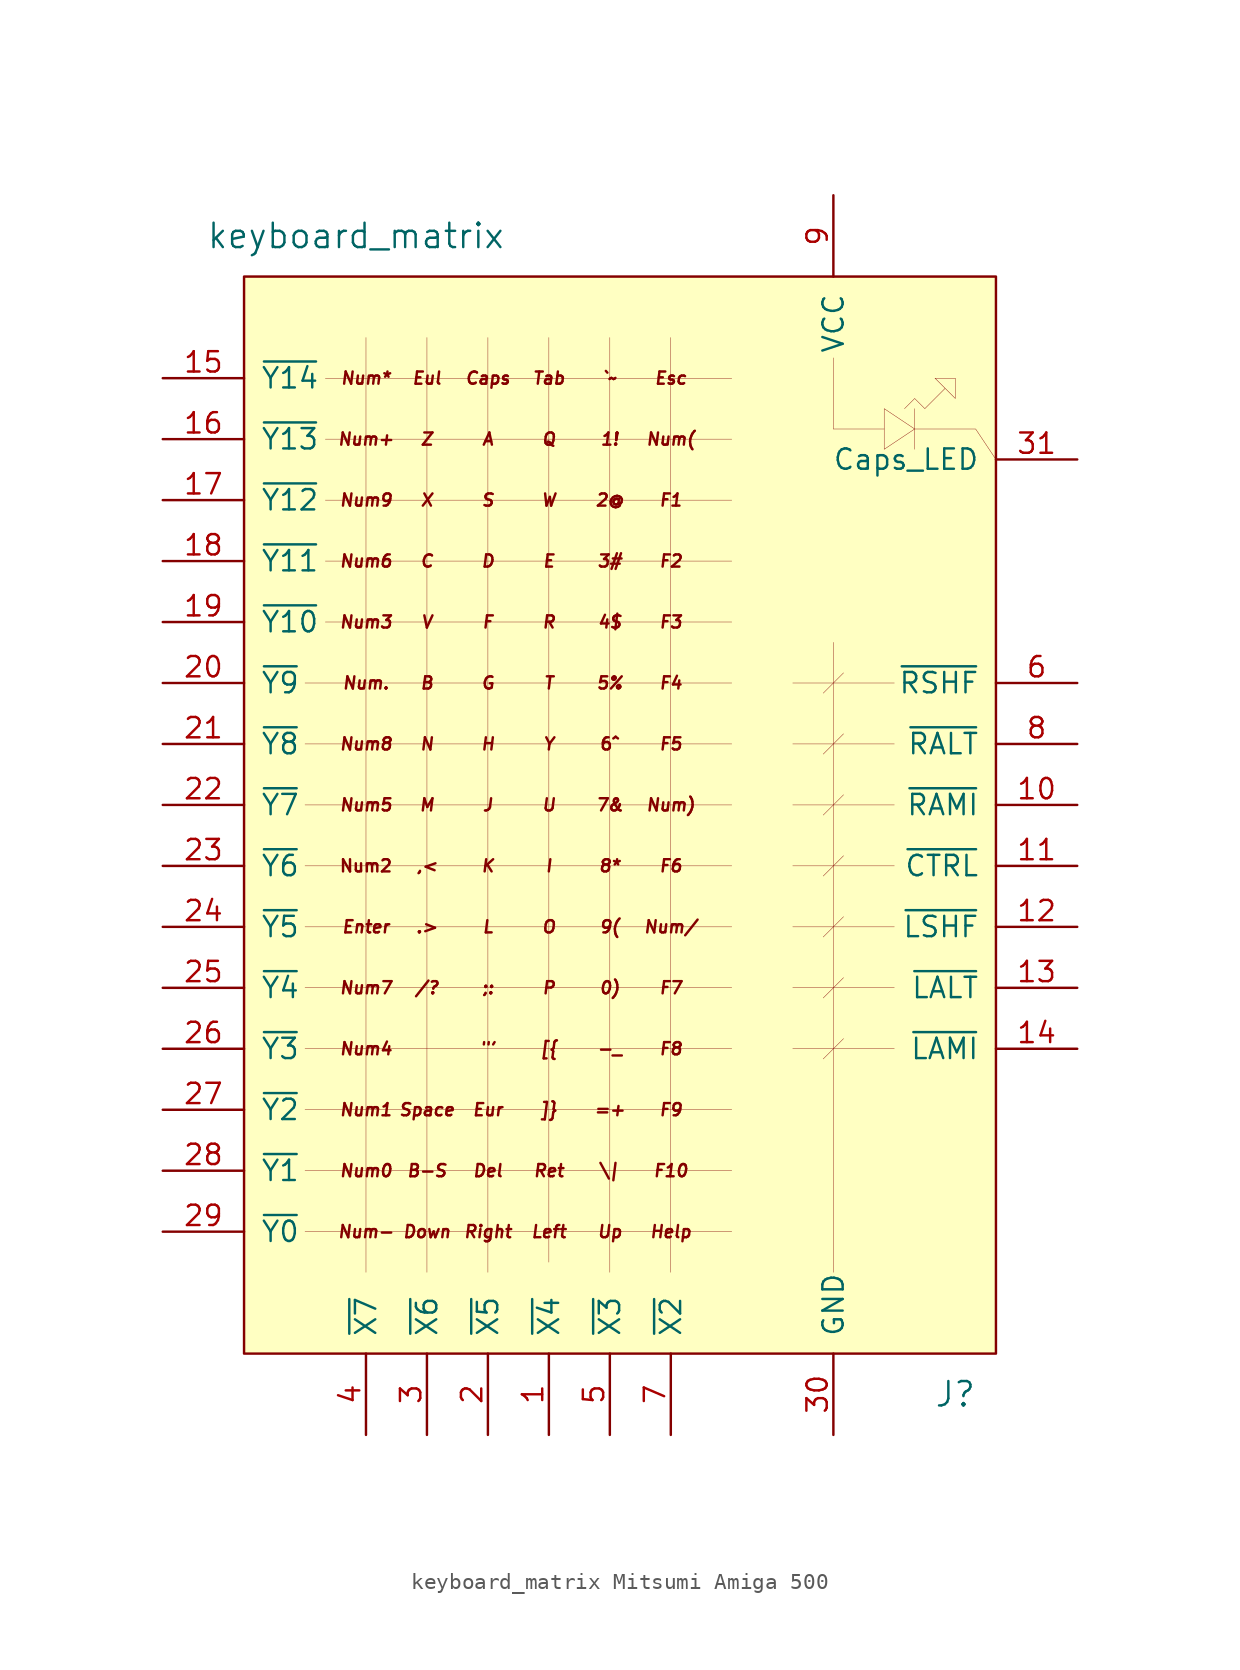
<source format=kicad_sym>
(kicad_symbol_lib
  (version 20241209)
  (generator "kicad_symbol_editor")
  (generator_version "9.0")
  (symbol "keyboard_matrix Mitsumi Amiga 500"
    (pin_names
      (offset 1.016))
    (property "Reference" "J"
      (at 19.05 -36.83 0)
      (effects (font (size 1.524 1.524))))
    (property "Value" "keyboard_matrix"
      (at -18.415 35.56 0)
      (effects (font (size 1.524 1.524))))
    (symbol "keyboard_matrix Mitsumi Amiga 500_0_0"
      (polyline (pts (xy -21.59 7.62) (xy 5.08 7.62)) (stroke (width 0.025) (type solid)) (fill (type none)))
      (polyline (pts (xy -21.59 3.81) (xy 5.08 3.81)) (stroke (width 0.025) (type solid)) (fill (type none)))
      (polyline (pts (xy -21.59 0) (xy 5.08 0)) (stroke (width 0.025) (type solid)) (fill (type none)))
      (polyline (pts (xy -21.59 -3.81) (xy 5.08 -3.81)) (stroke (width 0.025) (type solid)) (fill (type none)))
      (polyline (pts (xy -21.59 -7.62) (xy 5.08 -7.62)) (stroke (width 0.025) (type solid)) (fill (type none)))
      (polyline (pts (xy -21.59 -15.24) (xy 5.08 -15.24)) (stroke (width 0.025) (type solid)) (fill (type none)))
      (polyline (pts (xy -20.32 26.67) (xy 5.08 26.67)) (stroke (width 0.025) (type solid)) (fill (type none)))
      (polyline (pts (xy -20.32 15.24) (xy 5.08 15.24)) (stroke (width 0.025) (type solid)) (fill (type none)))
      (polyline (pts (xy -20.32 11.43) (xy 5.08 11.43)) (stroke (width 0.025) (type solid)) (fill (type none)))
      (polyline (pts (xy -6.35 -28.575) (xy -6.35 29.21)) (stroke (width 0.025) (type solid)) (fill (type none)))
      (polyline (pts (xy -2.54 -29.21) (xy -2.54 29.21)) (stroke (width 0.025) (type solid)) (fill (type none)))
      (polyline (pts (xy 1.27 -29.21) (xy 1.27 29.21)) (stroke (width 0.025) (type solid)) (fill (type none)))
      (polyline (pts (xy 5.08 22.86) (xy -20.32 22.86)) (stroke (width 0.025) (type solid)) (fill (type none)))
      (polyline (pts (xy 5.08 19.05) (xy -20.32 19.05)) (stroke (width 0.025) (type solid)) (fill (type none)))
      (polyline (pts (xy 5.08 -11.43) (xy -21.59 -11.43)) (stroke (width 0.025) (type solid)) (fill (type none)))
      (polyline (pts (xy 8.89 7.62) (xy 15.24 7.62)) (stroke (width 0.025) (type solid)) (fill (type none)))
      (polyline (pts (xy 8.89 3.81) (xy 15.24 3.81)) (stroke (width 0.025) (type solid)) (fill (type none)))
      (polyline (pts (xy 8.89 -3.81) (xy 15.24 -3.81)) (stroke (width 0.025) (type solid)) (fill (type none)))
      (polyline (pts (xy 8.89 -11.43) (xy 15.24 -11.43)) (stroke (width 0.025) (type solid)) (fill (type none)))
      (polyline (pts (xy 8.89 -15.24) (xy 15.24 -15.24)) (stroke (width 0.025) (type solid)) (fill (type none)))
      (polyline (pts (xy 10.795 6.985) (xy 12.065 8.255)) (stroke (width 0.025) (type solid)) (fill (type none)))
      (polyline (pts (xy 10.795 3.175) (xy 12.065 4.445)) (stroke (width 0.025) (type solid)) (fill (type none)))
      (polyline (pts (xy 10.795 -0.635) (xy 12.065 0.635)) (stroke (width 0.025) (type solid)) (fill (type none)))
      (polyline (pts (xy 10.795 -4.445) (xy 12.065 -3.175)) (stroke (width 0.025) (type solid)) (fill (type none)))
      (polyline (pts (xy 10.795 -8.255) (xy 12.065 -6.985)) (stroke (width 0.025) (type solid)) (fill (type none)))
      (polyline (pts (xy 10.795 -12.065) (xy 12.065 -10.795)) (stroke (width 0.025) (type solid)) (fill (type none)))
      (polyline (pts (xy 10.795 -15.875) (xy 12.065 -14.605)) (stroke (width 0.025) (type solid)) (fill (type none)))
      (polyline (pts (xy 11.43 -29.21) (xy 11.43 10.16)) (stroke (width 0.025) (type solid)) (fill (type none)))
      (polyline (pts (xy 15.24 0) (xy 8.89 0)) (stroke (width 0.025) (type solid)) (fill (type none)))
      (polyline (pts (xy 15.24 -7.62) (xy 8.89 -7.62)) (stroke (width 0.025) (type solid)) (fill (type none)))
      (text "Num*" (at -17.78 26.67 0) (effects (font (size 0.762 0.762) (italic yes))))
      (text "Num+" (at -17.78 22.86 0) (effects (font (size 0.762 0.762) (italic yes))))
      (text "Num9" (at -17.78 19.05 0) (effects (font (size 0.762 0.762) (italic yes))))
      (text "Num6" (at -17.78 15.24 0) (effects (font (size 0.762 0.762) (italic yes))))
      (text "Num3" (at -17.78 11.43 0) (effects (font (size 0.762 0.762) (italic yes))))
      (text "Num." (at -17.78 7.62 0) (effects (font (size 0.762 0.762) (italic yes))))
      (text "Num8" (at -17.78 3.81 0) (effects (font (size 0.762 0.762) (italic yes))))
      (text "Num5" (at -17.78 0 0) (effects (font (size 0.762 0.762) (italic yes))))
      (text "Num2" (at -17.78 -3.81 0) (effects (font (size 0.762 0.762))))
      (text "Enter" (at -17.78 -7.62 0) (effects (font (size 0.762 0.762) (italic yes))))
      (text "Num7" (at -17.78 -11.43 0) (effects (font (size 0.762 0.762) (italic yes))))
      (text "Num4" (at -17.78 -15.24 0) (effects (font (size 0.762 0.762) (italic yes))))
      (text "Num1" (at -17.78 -19.05 0) (effects (font (size 0.762 0.762) (italic yes))))
      (text "Num0" (at -17.78 -22.86 0) (effects (font (size 0.762 0.762) (italic yes))))
      (text "Num-" (at -17.78 -26.67 0) (effects (font (size 0.762 0.762) (italic yes))))
      (text "Eul" (at -13.97 26.67 0) (effects (font (size 0.762 0.762) (italic yes))))
      (text "Z" (at -13.97 22.86 0) (effects (font (size 0.762 0.762) (italic yes))))
      (text "X" (at -13.97 19.05 0) (effects (font (size 0.762 0.762) (italic yes))))
      (text "C" (at -13.97 15.24 0) (effects (font (size 0.762 0.762) (italic yes))))
      (text "V" (at -13.97 11.43 0) (effects (font (size 0.762 0.762) (italic yes))))
      (text "B" (at -13.97 7.62 0) (effects (font (size 0.762 0.762) (italic yes))))
      (text "N" (at -13.97 3.81 0) (effects (font (size 0.762 0.762) (italic yes))))
      (text "M" (at -13.97 0 0) (effects (font (size 0.762 0.762) (italic yes))))
      (text ",<" (at -13.97 -3.81 0) (effects (font (size 0.762 0.762) (italic yes))))
      (text ".>" (at -13.97 -7.62 0) (effects (font (size 0.762 0.762) (italic yes))))
      (text "/?" (at -13.97 -11.43 0) (effects (font (size 0.762 0.762) (italic yes))))
      (text "Space" (at -13.97 -19.05 0) (effects (font (size 0.762 0.762) (italic yes))))
      (text "B-S" (at -13.97 -22.86 0) (effects (font (size 0.762 0.762) (italic yes))))
      (text "Down" (at -13.97 -26.67 0) (effects (font (size 0.762 0.762) (italic yes))))
      (text "Caps" (at -10.16 26.67 0) (effects (font (size 0.762 0.762) (italic yes))))
      (text "A" (at -10.16 22.86 0) (effects (font (size 0.762 0.762) (italic yes))))
      (text "S" (at -10.16 19.05 0) (effects (font (size 0.762 0.762) (italic yes))))
      (text "D" (at -10.16 15.24 0) (effects (font (size 0.762 0.762) (italic yes))))
      (text "F" (at -10.16 11.43 0) (effects (font (size 0.762 0.762) (italic yes))))
      (text "G" (at -10.16 7.62 0) (effects (font (size 0.762 0.762) (italic yes))))
      (text "H" (at -10.16 3.81 0) (effects (font (size 0.762 0.762) (italic yes))))
      (text "J" (at -10.16 0 0) (effects (font (size 0.762 0.762) (italic yes))))
      (text "K" (at -10.16 -3.81 0) (effects (font (size 0.762 0.762) (italic yes))))
      (text "L" (at -10.16 -7.62 0) (effects (font (size 0.762 0.762) (italic yes))))
      (text ";:" (at -10.16 -11.43 0) (effects (font (size 0.762 0.762) (italic yes))))
      (text "\"'" (at -10.16 -15.24 0) (effects (font (size 0.762 0.762) (italic yes))))
      (text "Eur" (at -10.16 -19.05 0) (effects (font (size 0.762 0.762) (italic yes))))
      (text "Del" (at -10.16 -22.86 0) (effects (font (size 0.762 0.762) (italic yes))))
      (text "Right" (at -10.16 -26.67 0) (effects (font (size 0.762 0.762) (italic yes))))
      (text "Tab" (at -6.35 26.67 0) (effects (font (size 0.762 0.762) (italic yes))))
      (text "Q" (at -6.35 22.86 0) (effects (font (size 0.762 0.762) (italic yes))))
      (text "W" (at -6.35 19.05 0) (effects (font (size 0.762 0.762) (italic yes))))
      (text "E" (at -6.35 15.24 0) (effects (font (size 0.762 0.762) (italic yes))))
      (text "R" (at -6.35 11.43 0) (effects (font (size 0.762 0.762) (italic yes))))
      (text "T" (at -6.35 7.62 0) (effects (font (size 0.762 0.762) (italic yes))))
      (text "Y" (at -6.35 3.81 0) (effects (font (size 0.762 0.762) (italic yes))))
      (text "U" (at -6.35 0 0) (effects (font (size 0.762 0.762) (italic yes))))
      (text "I" (at -6.35 -3.81 0) (effects (font (size 0.762 0.762) (italic yes))))
      (text "O" (at -6.35 -7.62 0) (effects (font (size 0.762 0.762) (italic yes))))
      (text "P" (at -6.35 -11.43 0) (effects (font (size 0.762 0.762) (italic yes))))
      (text "[{" (at -6.35 -15.24 0) (effects (font (size 0.762 0.762) (italic yes))))
      (text "]}" (at -6.35 -19.05 0) (effects (font (size 0.762 0.762) (italic yes))))
      (text "Ret" (at -6.35 -22.86 0) (effects (font (size 0.762 0.762) (italic yes))))
      (text "Left" (at -6.35 -26.67 0) (effects (font (size 0.762 0.762) (italic yes))))
      (text "`~" (at -2.54 26.67 0) (effects (font (size 0.762 0.762) (italic yes))))
      (text "1!" (at -2.54 22.86 0) (effects (font (size 0.762 0.762) (italic yes))))
      (text "2@" (at -2.54 19.05 0) (effects (font (size 0.762 0.762) (italic yes))))
      (text "3#" (at -2.54 15.24 0) (effects (font (size 0.762 0.762) (italic yes))))
      (text "4$" (at -2.54 11.43 0) (effects (font (size 0.762 0.762) (italic yes))))
      (text "5%" (at -2.54 7.62 0) (effects (font (size 0.762 0.762) (italic yes))))
      (text "6^" (at -2.54 3.81 0) (effects (font (size 0.762 0.762))))
      (text "7&" (at -2.54 0 0) (effects (font (size 0.762 0.762) (italic yes))))
      (text "8*" (at -2.54 -3.81 0) (effects (font (size 0.762 0.762) (italic yes))))
      (text "9(" (at -2.54 -7.62 0) (effects (font (size 0.762 0.762) (italic yes))))
      (text "0)" (at -2.54 -11.43 0) (effects (font (size 0.762 0.762) (italic yes))))
      (text "-_" (at -2.54 -15.24 0) (effects (font (size 0.762 0.762) (italic yes))))
      (text "=+" (at -2.54 -19.05 0) (effects (font (size 0.762 0.762) (italic yes))))
      (text "\\|" (at -2.54 -22.86 0) (effects (font (size 0.762 0.762) (italic yes))))
      (text "Up" (at -2.54 -26.67 0) (effects (font (size 0.762 0.762) (italic yes))))
      (text "Esc" (at 1.27 26.67 0) (effects (font (size 0.762 0.762) (italic yes))))
      (text "Num(" (at 1.27 22.86 0) (effects (font (size 0.762 0.762) (italic yes))))
      (text "F1" (at 1.27 19.05 0) (effects (font (size 0.762 0.762) (italic yes))))
      (text "F2" (at 1.27 15.24 0) (effects (font (size 0.762 0.762) (italic yes))))
      (text "F3" (at 1.27 11.43 0) (effects (font (size 0.762 0.762) (italic yes))))
      (text "F4" (at 1.27 7.62 0) (effects (font (size 0.762 0.762) (italic yes))))
      (text "F5" (at 1.27 3.81 0) (effects (font (size 0.762 0.762) (italic yes))))
      (text "Num)" (at 1.27 0 0) (effects (font (size 0.762 0.762) (italic yes))))
      (text "F6" (at 1.27 -3.81 0) (effects (font (size 0.762 0.762) (italic yes))))
      (text "Num/" (at 1.27 -7.62 0) (effects (font (size 0.762 0.762) (italic yes))))
      (text "F7" (at 1.27 -11.43 0) (effects (font (size 0.762 0.762) (italic yes))))
      (text "F8" (at 1.27 -15.24 0) (effects (font (size 0.762 0.762) (italic yes))))
      (text "F9" (at 1.27 -19.05 0) (effects (font (size 0.762 0.762) (italic yes))))
      (text "F10" (at 1.27 -22.86 0) (effects (font (size 0.762 0.762) (italic yes))))
      (text "Help" (at 1.27 -26.67 0) (effects (font (size 0.762 0.762) (italic yes)))))
    (symbol "keyboard_matrix Mitsumi Amiga 500_0_1"
      (polyline (pts (xy -21.59 -19.05) (xy 5.08 -19.05)) (stroke (width 0.025) (type solid)) (fill (type none)))
      (polyline (pts (xy -21.59 -22.86) (xy 5.08 -22.86)) (stroke (width 0.025) (type solid)) (fill (type none)))
      (polyline (pts (xy -21.59 -26.67) (xy 5.08 -26.67)) (stroke (width 0.025) (type solid)) (fill (type none)))
      (polyline (pts (xy -17.78 -29.21) (xy -17.78 29.21)) (stroke (width 0.025) (type solid)) (fill (type none)))
      (polyline (pts (xy -13.97 -29.21) (xy -13.97 29.21)) (stroke (width 0.025) (type solid)) (fill (type none)))
      (polyline (pts (xy -10.16 -29.21) (xy -10.16 29.21)) (stroke (width 0.025) (type solid)) (fill (type none)))
      (polyline (pts (xy 11.43 23.495) (xy 11.43 27.94)) (stroke (width 0.025) (type solid)) (fill (type none)))
      (polyline (pts (xy 14.605 23.495) (xy 11.43 23.495)) (stroke (width 0.025) (type solid)) (fill (type none)))
      (polyline (pts (xy 14.605 22.225) (xy 14.605 24.765) (xy 16.51 23.495) (xy 14.605 22.225)) (stroke (width 0.025) (type solid)) (fill (type none)))
      (polyline (pts (xy 15.875 24.765) (xy 16.51 25.4) (xy 17.145 24.765) (xy 18.415 26.035) (xy 17.78 26.67) (xy 19.05 26.67) (xy 19.05 25.4) (xy 18.415 26.035)) (stroke (width 0.025) (type solid)) (fill (type none)))
      (polyline (pts (xy 16.51 23.495) (xy 20.32 23.495) (xy 21.59 21.59)) (stroke (width 0.025) (type solid)) (fill (type none)))
      (polyline (pts (xy 16.51 22.225) (xy 16.51 24.765)) (stroke (width 0.025) (type solid)) (fill (type none))))
    (symbol "keyboard_matrix Mitsumi Amiga 500_1_1"
      (rectangle (start -25.4 33.02) (end 21.59 -34.29) (stroke (width 0) (type solid)) (fill (type background)))
      (pin input line (at -30.48 26.67 0) (length 5.08) (name "~{Y14}" (effects (font (size 1.27 1.27)))) (number "15" (effects (font (size 1.27 1.27)))))
      (pin input line (at -30.48 22.86 0) (length 5.08) (name "~{Y13}" (effects (font (size 1.27 1.27)))) (number "16" (effects (font (size 1.27 1.27)))))
      (pin input line (at -30.48 19.05 0) (length 5.08) (name "~{Y12}" (effects (font (size 1.27 1.27)))) (number "17" (effects (font (size 1.27 1.27)))))
      (pin input line (at -30.48 15.24 0) (length 5.08) (name "~{Y11}" (effects (font (size 1.27 1.27)))) (number "18" (effects (font (size 1.27 1.27)))))
      (pin input line (at -30.48 11.43 0) (length 5.08) (name "~{Y10}" (effects (font (size 1.27 1.27)))) (number "19" (effects (font (size 1.27 1.27)))))
      (pin input line (at -30.48 7.62 0) (length 5.08) (name "~{Y9}" (effects (font (size 1.27 1.27)))) (number "20" (effects (font (size 1.27 1.27)))))
      (pin input line (at -30.48 3.81 0) (length 5.08) (name "~{Y8}" (effects (font (size 1.27 1.27)))) (number "21" (effects (font (size 1.27 1.27)))))
      (pin input line (at -30.48 0 0) (length 5.08) (name "~{Y7}" (effects (font (size 1.27 1.27)))) (number "22" (effects (font (size 1.27 1.27)))))
      (pin input line (at -30.48 -3.81 0) (length 5.08) (name "~{Y6}" (effects (font (size 1.27 1.27)))) (number "23" (effects (font (size 1.27 1.27)))))
      (pin input line (at -30.48 -7.62 0) (length 5.08) (name "~{Y5}" (effects (font (size 1.27 1.27)))) (number "24" (effects (font (size 1.27 1.27)))))
      (pin input line (at -30.48 -11.43 0) (length 5.08) (name "~{Y4}" (effects (font (size 1.27 1.27)))) (number "25" (effects (font (size 1.27 1.27)))))
      (pin input line (at -30.48 -15.24 0) (length 5.08) (name "~{Y3}" (effects (font (size 1.27 1.27)))) (number "26" (effects (font (size 1.27 1.27)))))
      (pin input line (at -30.48 -19.05 0) (length 5.08) (name "~{Y2}" (effects (font (size 1.27 1.27)))) (number "27" (effects (font (size 1.27 1.27)))))
      (pin input line (at -30.48 -22.86 0) (length 5.08) (name "~{Y1}" (effects (font (size 1.27 1.27)))) (number "28" (effects (font (size 1.27 1.27)))))
      (pin input line (at -30.48 -26.67 0) (length 5.08) (name "~{Y0}" (effects (font (size 1.27 1.27)))) (number "29" (effects (font (size 1.27 1.27)))))
      (pin output line (at -17.78 -39.37 90) (length 5.08) (name "~{X7}" (effects (font (size 1.27 1.27)))) (number "4" (effects (font (size 1.27 1.27)))))
      (pin output line (at -13.97 -39.37 90) (length 5.08) (name "~{X6}" (effects (font (size 1.27 1.27)))) (number "3" (effects (font (size 1.27 1.27)))))
      (pin output line (at -10.16 -39.37 90) (length 5.08) (name "~{X5}" (effects (font (size 1.27 1.27)))) (number "2" (effects (font (size 1.27 1.27)))))
      (pin output line (at -6.35 -39.37 90) (length 5.08) (name "~{X4}" (effects (font (size 1.27 1.27)))) (number "1" (effects (font (size 1.27 1.27)))))
      (pin output line (at -2.54 -39.37 90) (length 5.08) (name "~{X3}" (effects (font (size 1.27 1.27)))) (number "5" (effects (font (size 1.27 1.27)))))
      (pin output line (at 1.27 -39.37 90) (length 5.08) (name "~{X2}" (effects (font (size 1.27 1.27)))) (number "7" (effects (font (size 1.27 1.27)))))
      (pin power_in line (at 11.43 38.1 270) (length 5.08) (name "VCC" (effects (font (size 1.27 1.27)))) (number "9" (effects (font (size 1.27 1.27)))))
      (pin power_in line (at 11.43 -39.37 90) (length 5.08) (name "GND" (effects (font (size 1.27 1.27)))) (number "30" (effects (font (size 1.27 1.27)))))
      (pin input line (at 26.67 21.59 180) (length 5.08) (name "Caps_LED" (effects (font (size 1.27 1.27)))) (number "31" (effects (font (size 1.27 1.27)))))
      (pin output line (at 26.67 7.62 180) (length 5.08) (name "~{RSHF}" (effects (font (size 1.27 1.27)))) (number "6" (effects (font (size 1.27 1.27)))))
      (pin output line (at 26.67 3.81 180) (length 5.08) (name "~{RALT}" (effects (font (size 1.27 1.27)))) (number "8" (effects (font (size 1.27 1.27)))))
      (pin output line (at 26.67 0 180) (length 5.08) (name "~{RAMI}" (effects (font (size 1.27 1.27)))) (number "10" (effects (font (size 1.27 1.27)))))
      (pin output line (at 26.67 -3.81 180) (length 5.08) (name "~{CTRL}" (effects (font (size 1.27 1.27)))) (number "11" (effects (font (size 1.27 1.27)))))
      (pin output line (at 26.67 -7.62 180) (length 5.08) (name "~{LSHF}" (effects (font (size 1.27 1.27)))) (number "12" (effects (font (size 1.27 1.27)))))
      (pin output line (at 26.67 -11.43 180) (length 5.08) (name "~{LALT}" (effects (font (size 1.27 1.27)))) (number "13" (effects (font (size 1.27 1.27)))))
      (pin output line (at 26.67 -15.24 180) (length 5.08) (name "~{LAMI}" (effects (font (size 1.27 1.27)))) (number "14" (effects (font (size 1.27 1.27))))))))
</source>
